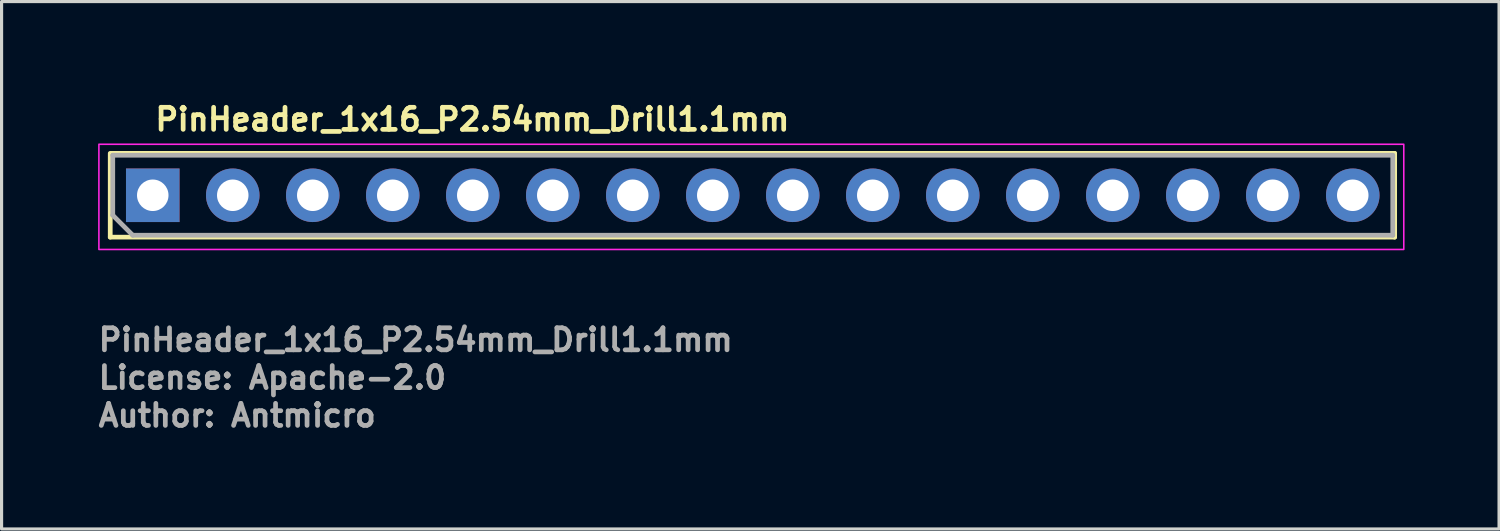
<source format=kicad_pcb>
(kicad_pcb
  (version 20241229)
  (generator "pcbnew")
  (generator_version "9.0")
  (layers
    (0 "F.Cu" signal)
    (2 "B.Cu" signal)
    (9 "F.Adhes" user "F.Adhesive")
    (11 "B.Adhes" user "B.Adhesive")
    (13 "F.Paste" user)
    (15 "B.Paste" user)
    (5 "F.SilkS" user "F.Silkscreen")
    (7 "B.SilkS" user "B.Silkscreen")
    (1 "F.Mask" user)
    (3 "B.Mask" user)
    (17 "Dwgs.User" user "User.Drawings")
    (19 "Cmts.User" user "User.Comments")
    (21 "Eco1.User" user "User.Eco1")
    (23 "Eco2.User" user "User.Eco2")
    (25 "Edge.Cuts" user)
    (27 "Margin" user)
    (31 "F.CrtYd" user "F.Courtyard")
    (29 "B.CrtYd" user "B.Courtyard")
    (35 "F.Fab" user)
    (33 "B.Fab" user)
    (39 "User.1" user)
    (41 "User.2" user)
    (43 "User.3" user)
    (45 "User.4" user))
  (footprint "PinHeader_1x16_P2.54mm_Drill1.1mm"
    (layer "F.Cu")
    (at 1.8 3.15)
    (property "Reference" "PinHeader_1x16_P2.54mm_Drill1.1mm" (at 0 -2 0) (unlocked yes) (layer "F.SilkS") (effects (font (size 0.7 0.7) (thickness 0.15)) (justify left bottom)))
    (attr through_hole)
    (fp_line (start -1.35 -1.331) (end 39.43 -1.331) (stroke (width 0.15) (type solid)) (layer "F.SilkS"))
    (fp_line (start -1.35 1.329) (end -1.35 -1.3) (stroke (width 0.15) (type solid)) (layer "F.SilkS"))
    (fp_line (start -1.35 1.329) (end 39.43 1.329) (stroke (width 0.15) (type solid)) (layer "F.SilkS"))
    (fp_line (start 39.43 1.329) (end 39.43 -1.331) (stroke (width 0.15) (type solid)) (layer "F.SilkS"))
    (fp_rect (start -1.71 -1.62) (end 39.72 1.72) (stroke (width 0.05) (type solid)) (fill no) (layer "F.CrtYd"))
    (fp_line (start -1.27 -1.271) (end 39.37 -1.271) (stroke (width 0.15) (type solid)) (layer "F.Fab"))
    (fp_line (start -1.27 0.634) (end -1.27 -1.271) (stroke (width 0.15) (type solid)) (layer "F.Fab"))
    (fp_line (start -0.635 1.269) (end -1.27 0.634) (stroke (width 0.15) (type solid)) (layer "F.Fab"))
    (fp_line (start 39.37 -1.271) (end 39.37 1.269) (stroke (width 0.15) (type solid)) (layer "F.Fab"))
    (fp_line (start 39.37 1.269) (end -0.635 1.269) (stroke (width 0.15) (type solid)) (layer "F.Fab"))
    (fp_rect (start -1.315 -1.22) (end 39.325 1.32) (stroke (width 0.1) (type solid)) (fill no) (layer "User.5"))
    (fp_line (start -1.315 0.82) (end -1.315 -0.72) (stroke (width 0.02) (type solid)) (layer "User.9"))
    (fp_line (start -1.315 0.82) (end -1.065 1.32) (stroke (width 0.02) (type solid)) (layer "User.9"))
    (fp_line (start -1.065 -1.22) (end -1.315 -0.72) (stroke (width 0.02) (type solid)) (layer "User.9"))
    (fp_line (start -0.365 -0.27) (end -0.165 -0.07) (stroke (width 0.02) (type solid)) (layer "User.9"))
    (fp_line (start -0.365 -0.27) (end 0.275 -0.27) (stroke (width 0.02) (type solid)) (layer "User.9"))
    (fp_line (start -0.365 0.37) (end -0.365 -0.27) (stroke (width 0.02) (type solid)) (layer "User.9"))
    (fp_line (start -0.165 -0.07) (end -0.165 0.17) (stroke (width 0.02) (type solid)) (layer "User.9"))
    (fp_line (start -0.165 0.17) (end -0.365 0.37) (stroke (width 0.02) (type solid)) (layer "User.9"))
    (fp_line (start -0.165 0.17) (end 0.075 0.17) (stroke (width 0.02) (type solid)) (layer "User.9"))
    (fp_line (start 0.075 -0.07) (end -0.165 -0.07) (stroke (width 0.02) (type solid)) (layer "User.9"))
    (fp_line (start 0.075 -0.07) (end 0.275 -0.27) (stroke (width 0.02) (type solid)) (layer "User.9"))
    (fp_line (start 0.075 0.17) (end 0.075 -0.07) (stroke (width 0.02) (type solid)) (layer "User.9"))
    (fp_line (start 0.075 0.17) (end 0.275 0.37) (stroke (width 0.02) (type solid)) (layer "User.9"))
    (fp_line (start 0.275 -0.27) (end 0.275 0.37) (stroke (width 0.02) (type solid)) (layer "User.9"))
    (fp_line (start 0.275 0.37) (end -0.365 0.37) (stroke (width 0.02) (type solid)) (layer "User.9"))
    (fp_line (start 0.975 -1.22) (end -1.065 -1.22) (stroke (width 0.02) (type solid)) (layer "User.9"))
    (fp_line (start 0.975 1.32) (end -1.065 1.32) (stroke (width 0.02) (type solid)) (layer "User.9"))
    (fp_line (start 0.975 1.32) (end 1.225 0.82) (stroke (width 0.02) (type solid)) (layer "User.9"))
    (fp_line (start 1.225 -0.72) (end 0.975 -1.22) (stroke (width 0.02) (type solid)) (layer "User.9"))
    (fp_line (start 1.225 0.82) (end 1.475 1.32) (stroke (width 0.02) (type solid)) (layer "User.9"))
    (fp_line (start 1.475 -1.22) (end 1.225 -0.72) (stroke (width 0.02) (type solid)) (layer "User.9"))
    (fp_line (start 2.175 -0.27) (end 2.375 -0.07) (stroke (width 0.02) (type solid)) (layer "User.9"))
    (fp_line (start 2.175 -0.27) (end 2.815 -0.27) (stroke (width 0.02) (type solid)) (layer "User.9"))
    (fp_line (start 2.175 0.37) (end 2.175 -0.27) (stroke (width 0.02) (type solid)) (layer "User.9"))
    (fp_line (start 2.375 -0.07) (end 2.375 0.17) (stroke (width 0.02) (type solid)) (layer "User.9"))
    (fp_line (start 2.375 0.17) (end 2.175 0.37) (stroke (width 0.02) (type solid)) (layer "User.9"))
    (fp_line (start 2.375 0.17) (end 2.615 0.17) (stroke (width 0.02) (type solid)) (layer "User.9"))
    (fp_line (start 2.615 -0.07) (end 2.375 -0.07) (stroke (width 0.02) (type solid)) (layer "User.9"))
    (fp_line (start 2.615 -0.07) (end 2.815 -0.27) (stroke (width 0.02) (type solid)) (layer "User.9"))
    (fp_line (start 2.615 0.17) (end 2.615 -0.07) (stroke (width 0.02) (type solid)) (layer "User.9"))
    (fp_line (start 2.615 0.17) (end 2.815 0.37) (stroke (width 0.02) (type solid)) (layer "User.9"))
    (fp_line (start 2.815 -0.27) (end 2.815 0.37) (stroke (width 0.02) (type solid)) (layer "User.9"))
    (fp_line (start 2.815 0.37) (end 2.175 0.37) (stroke (width 0.02) (type solid)) (layer "User.9"))
    (fp_line (start 3.515 -1.22) (end 1.475 -1.22) (stroke (width 0.02) (type solid)) (layer "User.9"))
    (fp_line (start 3.515 1.32) (end 1.475 1.32) (stroke (width 0.02) (type solid)) (layer "User.9"))
    (fp_line (start 3.515 1.32) (end 3.765 0.82) (stroke (width 0.02) (type solid)) (layer "User.9"))
    (fp_line (start 3.765 -0.72) (end 3.515 -1.22) (stroke (width 0.02) (type solid)) (layer "User.9"))
    (fp_line (start 3.765 0.82) (end 4.015 1.32) (stroke (width 0.02) (type solid)) (layer "User.9"))
    (fp_line (start 4.015 -1.22) (end 3.765 -0.72) (stroke (width 0.02) (type solid)) (layer "User.9"))
    (fp_line (start 4.715 -0.27) (end 4.915 -0.07) (stroke (width 0.02) (type solid)) (layer "User.9"))
    (fp_line (start 4.715 -0.27) (end 5.355 -0.27) (stroke (width 0.02) (type solid)) (layer "User.9"))
    (fp_line (start 4.715 0.37) (end 4.715 -0.27) (stroke (width 0.02) (type solid)) (layer "User.9"))
    (fp_line (start 4.915 -0.07) (end 4.915 0.17) (stroke (width 0.02) (type solid)) (layer "User.9"))
    (fp_line (start 4.915 0.17) (end 4.715 0.37) (stroke (width 0.02) (type solid)) (layer "User.9"))
    (fp_line (start 4.915 0.17) (end 5.155 0.17) (stroke (width 0.02) (type solid)) (layer "User.9"))
    (fp_line (start 5.155 -0.07) (end 4.915 -0.07) (stroke (width 0.02) (type solid)) (layer "User.9"))
    (fp_line (start 5.155 -0.07) (end 5.355 -0.27) (stroke (width 0.02) (type solid)) (layer "User.9"))
    (fp_line (start 5.155 0.17) (end 5.155 -0.07) (stroke (width 0.02) (type solid)) (layer "User.9"))
    (fp_line (start 5.155 0.17) (end 5.355 0.37) (stroke (width 0.02) (type solid)) (layer "User.9"))
    (fp_line (start 5.355 -0.27) (end 5.355 0.37) (stroke (width 0.02) (type solid)) (layer "User.9"))
    (fp_line (start 5.355 0.37) (end 4.715 0.37) (stroke (width 0.02) (type solid)) (layer "User.9"))
    (fp_line (start 6.055 -1.22) (end 4.015 -1.22) (stroke (width 0.02) (type solid)) (layer "User.9"))
    (fp_line (start 6.055 1.32) (end 4.015 1.32) (stroke (width 0.02) (type solid)) (layer "User.9"))
    (fp_line (start 6.055 1.32) (end 6.305 0.82) (stroke (width 0.02) (type solid)) (layer "User.9"))
    (fp_line (start 6.305 -0.72) (end 6.055 -1.22) (stroke (width 0.02) (type solid)) (layer "User.9"))
    (fp_line (start 6.305 0.82) (end 6.555 1.32) (stroke (width 0.02) (type solid)) (layer "User.9"))
    (fp_line (start 6.555 -1.22) (end 6.305 -0.72) (stroke (width 0.02) (type solid)) (layer "User.9"))
    (fp_line (start 7.255 -0.27) (end 7.455 -0.07) (stroke (width 0.02) (type solid)) (layer "User.9"))
    (fp_line (start 7.255 -0.27) (end 7.895 -0.27) (stroke (width 0.02) (type solid)) (layer "User.9"))
    (fp_line (start 7.255 0.37) (end 7.255 -0.27) (stroke (width 0.02) (type solid)) (layer "User.9"))
    (fp_line (start 7.455 -0.07) (end 7.455 0.17) (stroke (width 0.02) (type solid)) (layer "User.9"))
    (fp_line (start 7.455 0.17) (end 7.255 0.37) (stroke (width 0.02) (type solid)) (layer "User.9"))
    (fp_line (start 7.455 0.17) (end 7.695 0.17) (stroke (width 0.02) (type solid)) (layer "User.9"))
    (fp_line (start 7.695 -0.07) (end 7.455 -0.07) (stroke (width 0.02) (type solid)) (layer "User.9"))
    (fp_line (start 7.695 -0.07) (end 7.895 -0.27) (stroke (width 0.02) (type solid)) (layer "User.9"))
    (fp_line (start 7.695 0.17) (end 7.695 -0.07) (stroke (width 0.02) (type solid)) (layer "User.9"))
    (fp_line (start 7.695 0.17) (end 7.895 0.37) (stroke (width 0.02) (type solid)) (layer "User.9"))
    (fp_line (start 7.895 -0.27) (end 7.895 0.37) (stroke (width 0.02) (type solid)) (layer "User.9"))
    (fp_line (start 7.895 0.37) (end 7.255 0.37) (stroke (width 0.02) (type solid)) (layer "User.9"))
    (fp_line (start 8.595 -1.22) (end 6.555 -1.22) (stroke (width 0.02) (type solid)) (layer "User.9"))
    (fp_line (start 8.595 1.32) (end 6.555 1.32) (stroke (width 0.02) (type solid)) (layer "User.9"))
    (fp_line (start 8.595 1.32) (end 8.845 0.82) (stroke (width 0.02) (type solid)) (layer "User.9"))
    (fp_line (start 8.845 -0.72) (end 8.595 -1.22) (stroke (width 0.02) (type solid)) (layer "User.9"))
    (fp_line (start 8.845 0.82) (end 9.095 1.32) (stroke (width 0.02) (type solid)) (layer "User.9"))
    (fp_line (start 9.095 -1.22) (end 8.845 -0.72) (stroke (width 0.02) (type solid)) (layer "User.9"))
    (fp_line (start 9.795 -0.27) (end 9.995 -0.07) (stroke (width 0.02) (type solid)) (layer "User.9"))
    (fp_line (start 9.795 -0.27) (end 10.435 -0.27) (stroke (width 0.02) (type solid)) (layer "User.9"))
    (fp_line (start 9.795 0.37) (end 9.795 -0.27) (stroke (width 0.02) (type solid)) (layer "User.9"))
    (fp_line (start 9.995 -0.07) (end 9.995 0.17) (stroke (width 0.02) (type solid)) (layer "User.9"))
    (fp_line (start 9.995 0.17) (end 9.795 0.37) (stroke (width 0.02) (type solid)) (layer "User.9"))
    (fp_line (start 9.995 0.17) (end 10.235 0.17) (stroke (width 0.02) (type solid)) (layer "User.9"))
    (fp_line (start 10.235 -0.07) (end 9.995 -0.07) (stroke (width 0.02) (type solid)) (layer "User.9"))
    (fp_line (start 10.235 -0.07) (end 10.435 -0.27) (stroke (width 0.02) (type solid)) (layer "User.9"))
    (fp_line (start 10.235 0.17) (end 10.235 -0.07) (stroke (width 0.02) (type solid)) (layer "User.9"))
    (fp_line (start 10.235 0.17) (end 10.435 0.37) (stroke (width 0.02) (type solid)) (layer "User.9"))
    (fp_line (start 10.435 -0.27) (end 10.435 0.37) (stroke (width 0.02) (type solid)) (layer "User.9"))
    (fp_line (start 10.435 0.37) (end 9.795 0.37) (stroke (width 0.02) (type solid)) (layer "User.9"))
    (fp_line (start 11.135 -1.22) (end 9.095 -1.22) (stroke (width 0.02) (type solid)) (layer "User.9"))
    (fp_line (start 11.135 1.32) (end 9.095 1.32) (stroke (width 0.02) (type solid)) (layer "User.9"))
    (fp_line (start 11.135 1.32) (end 11.385 0.82) (stroke (width 0.02) (type solid)) (layer "User.9"))
    (fp_line (start 11.385 -0.72) (end 11.135 -1.22) (stroke (width 0.02) (type solid)) (layer "User.9"))
    (fp_line (start 11.385 0.82) (end 11.635 1.32) (stroke (width 0.02) (type solid)) (layer "User.9"))
    (fp_line (start 11.635 -1.22) (end 11.385 -0.72) (stroke (width 0.02) (type solid)) (layer "User.9"))
    (fp_line (start 12.335 -0.27) (end 12.535 -0.07) (stroke (width 0.02) (type solid)) (layer "User.9"))
    (fp_line (start 12.335 -0.27) (end 12.975 -0.27) (stroke (width 0.02) (type solid)) (layer "User.9"))
    (fp_line (start 12.335 0.37) (end 12.335 -0.27) (stroke (width 0.02) (type solid)) (layer "User.9"))
    (fp_line (start 12.535 -0.07) (end 12.535 0.17) (stroke (width 0.02) (type solid)) (layer "User.9"))
    (fp_line (start 12.535 0.17) (end 12.335 0.37) (stroke (width 0.02) (type solid)) (layer "User.9"))
    (fp_line (start 12.535 0.17) (end 12.775 0.17) (stroke (width 0.02) (type solid)) (layer "User.9"))
    (fp_line (start 12.775 -0.07) (end 12.535 -0.07) (stroke (width 0.02) (type solid)) (layer "User.9"))
    (fp_line (start 12.775 -0.07) (end 12.975 -0.27) (stroke (width 0.02) (type solid)) (layer "User.9"))
    (fp_line (start 12.775 0.17) (end 12.775 -0.07) (stroke (width 0.02) (type solid)) (layer "User.9"))
    (fp_line (start 12.775 0.17) (end 12.975 0.37) (stroke (width 0.02) (type solid)) (layer "User.9"))
    (fp_line (start 12.975 -0.27) (end 12.975 0.37) (stroke (width 0.02) (type solid)) (layer "User.9"))
    (fp_line (start 12.975 0.37) (end 12.335 0.37) (stroke (width 0.02) (type solid)) (layer "User.9"))
    (fp_line (start 13.675 -1.22) (end 11.635 -1.22) (stroke (width 0.02) (type solid)) (layer "User.9"))
    (fp_line (start 13.675 1.32) (end 11.635 1.32) (stroke (width 0.02) (type solid)) (layer "User.9"))
    (fp_line (start 13.675 1.32) (end 13.925 0.82) (stroke (width 0.02) (type solid)) (layer "User.9"))
    (fp_line (start 13.925 -0.72) (end 13.675 -1.22) (stroke (width 0.02) (type solid)) (layer "User.9"))
    (fp_line (start 13.925 0.82) (end 14.175 1.32) (stroke (width 0.02) (type solid)) (layer "User.9"))
    (fp_line (start 14.175 -1.22) (end 13.925 -0.72) (stroke (width 0.02) (type solid)) (layer "User.9"))
    (fp_line (start 14.875 -0.27) (end 15.075 -0.07) (stroke (width 0.02) (type solid)) (layer "User.9"))
    (fp_line (start 14.875 -0.27) (end 15.515 -0.27) (stroke (width 0.02) (type solid)) (layer "User.9"))
    (fp_line (start 14.875 0.37) (end 14.875 -0.27) (stroke (width 0.02) (type solid)) (layer "User.9"))
    (fp_line (start 15.075 -0.07) (end 15.075 0.17) (stroke (width 0.02) (type solid)) (layer "User.9"))
    (fp_line (start 15.075 0.17) (end 14.875 0.37) (stroke (width 0.02) (type solid)) (layer "User.9"))
    (fp_line (start 15.075 0.17) (end 15.315 0.17) (stroke (width 0.02) (type solid)) (layer "User.9"))
    (fp_line (start 15.315 -0.07) (end 15.075 -0.07) (stroke (width 0.02) (type solid)) (layer "User.9"))
    (fp_line (start 15.315 -0.07) (end 15.515 -0.27) (stroke (width 0.02) (type solid)) (layer "User.9"))
    (fp_line (start 15.315 0.17) (end 15.315 -0.07) (stroke (width 0.02) (type solid)) (layer "User.9"))
    (fp_line (start 15.315 0.17) (end 15.515 0.37) (stroke (width 0.02) (type solid)) (layer "User.9"))
    (fp_line (start 15.515 -0.27) (end 15.515 0.37) (stroke (width 0.02) (type solid)) (layer "User.9"))
    (fp_line (start 15.515 0.37) (end 14.875 0.37) (stroke (width 0.02) (type solid)) (layer "User.9"))
    (fp_line (start 16.215 -1.22) (end 14.175 -1.22) (stroke (width 0.02) (type solid)) (layer "User.9"))
    (fp_line (start 16.215 1.32) (end 14.175 1.32) (stroke (width 0.02) (type solid)) (layer "User.9"))
    (fp_line (start 16.215 1.32) (end 16.465 0.82) (stroke (width 0.02) (type solid)) (layer "User.9"))
    (fp_line (start 16.465 -0.72) (end 16.215 -1.22) (stroke (width 0.02) (type solid)) (layer "User.9"))
    (fp_line (start 16.465 0.82) (end 16.715 1.32) (stroke (width 0.02) (type solid)) (layer "User.9"))
    (fp_line (start 16.715 -1.22) (end 16.465 -0.72) (stroke (width 0.02) (type solid)) (layer "User.9"))
    (fp_line (start 17.415 -0.27) (end 17.615 -0.07) (stroke (width 0.02) (type solid)) (layer "User.9"))
    (fp_line (start 17.415 -0.27) (end 18.055 -0.27) (stroke (width 0.02) (type solid)) (layer "User.9"))
    (fp_line (start 17.415 0.37) (end 17.415 -0.27) (stroke (width 0.02) (type solid)) (layer "User.9"))
    (fp_line (start 17.615 -0.07) (end 17.615 0.17) (stroke (width 0.02) (type solid)) (layer "User.9"))
    (fp_line (start 17.615 0.17) (end 17.415 0.37) (stroke (width 0.02) (type solid)) (layer "User.9"))
    (fp_line (start 17.615 0.17) (end 17.855 0.17) (stroke (width 0.02) (type solid)) (layer "User.9"))
    (fp_line (start 17.855 -0.07) (end 17.615 -0.07) (stroke (width 0.02) (type solid)) (layer "User.9"))
    (fp_line (start 17.855 -0.07) (end 18.055 -0.27) (stroke (width 0.02) (type solid)) (layer "User.9"))
    (fp_line (start 17.855 0.17) (end 17.855 -0.07) (stroke (width 0.02) (type solid)) (layer "User.9"))
    (fp_line (start 17.855 0.17) (end 18.055 0.37) (stroke (width 0.02) (type solid)) (layer "User.9"))
    (fp_line (start 18.055 -0.27) (end 18.055 0.37) (stroke (width 0.02) (type solid)) (layer "User.9"))
    (fp_line (start 18.055 0.37) (end 17.415 0.37) (stroke (width 0.02) (type solid)) (layer "User.9"))
    (fp_line (start 18.755 -1.22) (end 16.715 -1.22) (stroke (width 0.02) (type solid)) (layer "User.9"))
    (fp_line (start 18.755 1.32) (end 16.715 1.32) (stroke (width 0.02) (type solid)) (layer "User.9"))
    (fp_line (start 18.755 1.32) (end 19.005 0.82) (stroke (width 0.02) (type solid)) (layer "User.9"))
    (fp_line (start 19.005 -0.72) (end 18.755 -1.22) (stroke (width 0.02) (type solid)) (layer "User.9"))
    (fp_line (start 19.005 0.82) (end 19.255 1.32) (stroke (width 0.02) (type solid)) (layer "User.9"))
    (fp_line (start 19.255 -1.22) (end 19.005 -0.72) (stroke (width 0.02) (type solid)) (layer "User.9"))
    (fp_line (start 19.955 -0.27) (end 20.155 -0.07) (stroke (width 0.02) (type solid)) (layer "User.9"))
    (fp_line (start 19.955 -0.27) (end 20.595 -0.27) (stroke (width 0.02) (type solid)) (layer "User.9"))
    (fp_line (start 19.955 0.37) (end 19.955 -0.27) (stroke (width 0.02) (type solid)) (layer "User.9"))
    (fp_line (start 20.155 -0.07) (end 20.155 0.17) (stroke (width 0.02) (type solid)) (layer "User.9"))
    (fp_line (start 20.155 0.17) (end 19.955 0.37) (stroke (width 0.02) (type solid)) (layer "User.9"))
    (fp_line (start 20.155 0.17) (end 20.395 0.17) (stroke (width 0.02) (type solid)) (layer "User.9"))
    (fp_line (start 20.395 -0.07) (end 20.155 -0.07) (stroke (width 0.02) (type solid)) (layer "User.9"))
    (fp_line (start 20.395 -0.07) (end 20.595 -0.27) (stroke (width 0.02) (type solid)) (layer "User.9"))
    (fp_line (start 20.395 0.17) (end 20.395 -0.07) (stroke (width 0.02) (type solid)) (layer "User.9"))
    (fp_line (start 20.395 0.17) (end 20.595 0.37) (stroke (width 0.02) (type solid)) (layer "User.9"))
    (fp_line (start 20.595 -0.27) (end 20.595 0.37) (stroke (width 0.02) (type solid)) (layer "User.9"))
    (fp_line (start 20.595 0.37) (end 19.955 0.37) (stroke (width 0.02) (type solid)) (layer "User.9"))
    (fp_line (start 21.295 -1.22) (end 19.255 -1.22) (stroke (width 0.02) (type solid)) (layer "User.9"))
    (fp_line (start 21.295 1.32) (end 19.255 1.32) (stroke (width 0.02) (type solid)) (layer "User.9"))
    (fp_line (start 21.295 1.32) (end 21.545 0.82) (stroke (width 0.02) (type solid)) (layer "User.9"))
    (fp_line (start 21.545 -0.72) (end 21.295 -1.22) (stroke (width 0.02) (type solid)) (layer "User.9"))
    (fp_line (start 21.545 0.82) (end 21.795 1.32) (stroke (width 0.02) (type solid)) (layer "User.9"))
    (fp_line (start 21.795 -1.22) (end 21.545 -0.72) (stroke (width 0.02) (type solid)) (layer "User.9"))
    (fp_line (start 22.495 -0.27) (end 22.695 -0.07) (stroke (width 0.02) (type solid)) (layer "User.9"))
    (fp_line (start 22.495 -0.27) (end 23.135 -0.27) (stroke (width 0.02) (type solid)) (layer "User.9"))
    (fp_line (start 22.495 0.37) (end 22.495 -0.27) (stroke (width 0.02) (type solid)) (layer "User.9"))
    (fp_line (start 22.695 -0.07) (end 22.695 0.17) (stroke (width 0.02) (type solid)) (layer "User.9"))
    (fp_line (start 22.695 0.17) (end 22.495 0.37) (stroke (width 0.02) (type solid)) (layer "User.9"))
    (fp_line (start 22.695 0.17) (end 22.935 0.17) (stroke (width 0.02) (type solid)) (layer "User.9"))
    (fp_line (start 22.935 -0.07) (end 22.695 -0.07) (stroke (width 0.02) (type solid)) (layer "User.9"))
    (fp_line (start 22.935 -0.07) (end 23.135 -0.27) (stroke (width 0.02) (type solid)) (layer "User.9"))
    (fp_line (start 22.935 0.17) (end 22.935 -0.07) (stroke (width 0.02) (type solid)) (layer "User.9"))
    (fp_line (start 22.935 0.17) (end 23.135 0.37) (stroke (width 0.02) (type solid)) (layer "User.9"))
    (fp_line (start 23.135 -0.27) (end 23.135 0.37) (stroke (width 0.02) (type solid)) (layer "User.9"))
    (fp_line (start 23.135 0.37) (end 22.495 0.37) (stroke (width 0.02) (type solid)) (layer "User.9"))
    (fp_line (start 23.835 -1.22) (end 21.795 -1.22) (stroke (width 0.02) (type solid)) (layer "User.9"))
    (fp_line (start 23.835 1.32) (end 21.795 1.32) (stroke (width 0.02) (type solid)) (layer "User.9"))
    (fp_line (start 23.835 1.32) (end 24.085 0.82) (stroke (width 0.02) (type solid)) (layer "User.9"))
    (fp_line (start 24.085 -0.72) (end 23.835 -1.22) (stroke (width 0.02) (type solid)) (layer "User.9"))
    (fp_line (start 24.085 0.82) (end 24.335 1.32) (stroke (width 0.02) (type solid)) (layer "User.9"))
    (fp_line (start 24.335 -1.22) (end 24.085 -0.72) (stroke (width 0.02) (type solid)) (layer "User.9"))
    (fp_line (start 25.035 -0.27) (end 25.235 -0.07) (stroke (width 0.02) (type solid)) (layer "User.9"))
    (fp_line (start 25.035 -0.27) (end 25.675 -0.27) (stroke (width 0.02) (type solid)) (layer "User.9"))
    (fp_line (start 25.035 0.37) (end 25.035 -0.27) (stroke (width 0.02) (type solid)) (layer "User.9"))
    (fp_line (start 25.235 -0.07) (end 25.235 0.17) (stroke (width 0.02) (type solid)) (layer "User.9"))
    (fp_line (start 25.235 0.17) (end 25.035 0.37) (stroke (width 0.02) (type solid)) (layer "User.9"))
    (fp_line (start 25.235 0.17) (end 25.475 0.17) (stroke (width 0.02) (type solid)) (layer "User.9"))
    (fp_line (start 25.475 -0.07) (end 25.235 -0.07) (stroke (width 0.02) (type solid)) (layer "User.9"))
    (fp_line (start 25.475 -0.07) (end 25.675 -0.27) (stroke (width 0.02) (type solid)) (layer "User.9"))
    (fp_line (start 25.475 0.17) (end 25.475 -0.07) (stroke (width 0.02) (type solid)) (layer "User.9"))
    (fp_line (start 25.475 0.17) (end 25.675 0.37) (stroke (width 0.02) (type solid)) (layer "User.9"))
    (fp_line (start 25.675 -0.27) (end 25.675 0.37) (stroke (width 0.02) (type solid)) (layer "User.9"))
    (fp_line (start 25.675 0.37) (end 25.035 0.37) (stroke (width 0.02) (type solid)) (layer "User.9"))
    (fp_line (start 26.375 -1.22) (end 24.335 -1.22) (stroke (width 0.02) (type solid)) (layer "User.9"))
    (fp_line (start 26.375 1.32) (end 24.335 1.32) (stroke (width 0.02) (type solid)) (layer "User.9"))
    (fp_line (start 26.375 1.32) (end 26.625 0.82) (stroke (width 0.02) (type solid)) (layer "User.9"))
    (fp_line (start 26.625 -0.72) (end 26.375 -1.22) (stroke (width 0.02) (type solid)) (layer "User.9"))
    (fp_line (start 26.625 0.82) (end 26.875 1.32) (stroke (width 0.02) (type solid)) (layer "User.9"))
    (fp_line (start 26.875 -1.22) (end 26.625 -0.72) (stroke (width 0.02) (type solid)) (layer "User.9"))
    (fp_line (start 27.575 -0.27) (end 27.775 -0.07) (stroke (width 0.02) (type solid)) (layer "User.9"))
    (fp_line (start 27.575 -0.27) (end 28.215 -0.27) (stroke (width 0.02) (type solid)) (layer "User.9"))
    (fp_line (start 27.575 0.37) (end 27.575 -0.27) (stroke (width 0.02) (type solid)) (layer "User.9"))
    (fp_line (start 27.775 -0.07) (end 27.775 0.17) (stroke (width 0.02) (type solid)) (layer "User.9"))
    (fp_line (start 27.775 0.17) (end 27.575 0.37) (stroke (width 0.02) (type solid)) (layer "User.9"))
    (fp_line (start 27.775 0.17) (end 28.015 0.17) (stroke (width 0.02) (type solid)) (layer "User.9"))
    (fp_line (start 28.015 -0.07) (end 27.775 -0.07) (stroke (width 0.02) (type solid)) (layer "User.9"))
    (fp_line (start 28.015 -0.07) (end 28.215 -0.27) (stroke (width 0.02) (type solid)) (layer "User.9"))
    (fp_line (start 28.015 0.17) (end 28.015 -0.07) (stroke (width 0.02) (type solid)) (layer "User.9"))
    (fp_line (start 28.015 0.17) (end 28.215 0.37) (stroke (width 0.02) (type solid)) (layer "User.9"))
    (fp_line (start 28.215 -0.27) (end 28.215 0.37) (stroke (width 0.02) (type solid)) (layer "User.9"))
    (fp_line (start 28.215 0.37) (end 27.575 0.37) (stroke (width 0.02) (type solid)) (layer "User.9"))
    (fp_line (start 28.915 -1.22) (end 26.875 -1.22) (stroke (width 0.02) (type solid)) (layer "User.9"))
    (fp_line (start 28.915 1.32) (end 26.875 1.32) (stroke (width 0.02) (type solid)) (layer "User.9"))
    (fp_line (start 28.915 1.32) (end 29.165 0.82) (stroke (width 0.02) (type solid)) (layer "User.9"))
    (fp_line (start 29.165 -0.72) (end 28.915 -1.22) (stroke (width 0.02) (type solid)) (layer "User.9"))
    (fp_line (start 29.165 0.82) (end 29.415 1.32) (stroke (width 0.02) (type solid)) (layer "User.9"))
    (fp_line (start 29.415 -1.22) (end 29.165 -0.72) (stroke (width 0.02) (type solid)) (layer "User.9"))
    (fp_line (start 30.115 -0.27) (end 30.315 -0.07) (stroke (width 0.02) (type solid)) (layer "User.9"))
    (fp_line (start 30.115 -0.27) (end 30.755 -0.27) (stroke (width 0.02) (type solid)) (layer "User.9"))
    (fp_line (start 30.115 0.37) (end 30.115 -0.27) (stroke (width 0.02) (type solid)) (layer "User.9"))
    (fp_line (start 30.315 -0.07) (end 30.315 0.17) (stroke (width 0.02) (type solid)) (layer "User.9"))
    (fp_line (start 30.315 0.17) (end 30.115 0.37) (stroke (width 0.02) (type solid)) (layer "User.9"))
    (fp_line (start 30.315 0.17) (end 30.555 0.17) (stroke (width 0.02) (type solid)) (layer "User.9"))
    (fp_line (start 30.555 -0.07) (end 30.315 -0.07) (stroke (width 0.02) (type solid)) (layer "User.9"))
    (fp_line (start 30.555 -0.07) (end 30.755 -0.27) (stroke (width 0.02) (type solid)) (layer "User.9"))
    (fp_line (start 30.555 0.17) (end 30.555 -0.07) (stroke (width 0.02) (type solid)) (layer "User.9"))
    (fp_line (start 30.555 0.17) (end 30.755 0.37) (stroke (width 0.02) (type solid)) (layer "User.9"))
    (fp_line (start 30.755 -0.27) (end 30.755 0.37) (stroke (width 0.02) (type solid)) (layer "User.9"))
    (fp_line (start 30.755 0.37) (end 30.115 0.37) (stroke (width 0.02) (type solid)) (layer "User.9"))
    (fp_line (start 31.455 -1.22) (end 29.415 -1.22) (stroke (width 0.02) (type solid)) (layer "User.9"))
    (fp_line (start 31.455 1.32) (end 29.415 1.32) (stroke (width 0.02) (type solid)) (layer "User.9"))
    (fp_line (start 31.455 1.32) (end 31.705 0.82) (stroke (width 0.02) (type solid)) (layer "User.9"))
    (fp_line (start 31.705 -0.72) (end 31.455 -1.22) (stroke (width 0.02) (type solid)) (layer "User.9"))
    (fp_line (start 31.705 0.82) (end 31.955 1.32) (stroke (width 0.02) (type solid)) (layer "User.9"))
    (fp_line (start 31.955 -1.22) (end 31.705 -0.72) (stroke (width 0.02) (type solid)) (layer "User.9"))
    (fp_line (start 32.655 -0.27) (end 32.855 -0.07) (stroke (width 0.02) (type solid)) (layer "User.9"))
    (fp_line (start 32.655 -0.27) (end 33.295 -0.27) (stroke (width 0.02) (type solid)) (layer "User.9"))
    (fp_line (start 32.655 0.37) (end 32.655 -0.27) (stroke (width 0.02) (type solid)) (layer "User.9"))
    (fp_line (start 32.855 -0.07) (end 32.855 0.17) (stroke (width 0.02) (type solid)) (layer "User.9"))
    (fp_line (start 32.855 0.17) (end 32.655 0.37) (stroke (width 0.02) (type solid)) (layer "User.9"))
    (fp_line (start 32.855 0.17) (end 33.095 0.17) (stroke (width 0.02) (type solid)) (layer "User.9"))
    (fp_line (start 33.095 -0.07) (end 32.855 -0.07) (stroke (width 0.02) (type solid)) (layer "User.9"))
    (fp_line (start 33.095 -0.07) (end 33.295 -0.27) (stroke (width 0.02) (type solid)) (layer "User.9"))
    (fp_line (start 33.095 0.17) (end 33.095 -0.07) (stroke (width 0.02) (type solid)) (layer "User.9"))
    (fp_line (start 33.095 0.17) (end 33.295 0.37) (stroke (width 0.02) (type solid)) (layer "User.9"))
    (fp_line (start 33.295 -0.27) (end 33.295 0.37) (stroke (width 0.02) (type solid)) (layer "User.9"))
    (fp_line (start 33.295 0.37) (end 32.655 0.37) (stroke (width 0.02) (type solid)) (layer "User.9"))
    (fp_line (start 33.995 -1.22) (end 31.955 -1.22) (stroke (width 0.02) (type solid)) (layer "User.9"))
    (fp_line (start 33.995 1.32) (end 31.955 1.32) (stroke (width 0.02) (type solid)) (layer "User.9"))
    (fp_line (start 33.995 1.32) (end 34.245 0.82) (stroke (width 0.02) (type solid)) (layer "User.9"))
    (fp_line (start 34.245 -0.72) (end 33.995 -1.22) (stroke (width 0.02) (type solid)) (layer "User.9"))
    (fp_line (start 34.245 0.82) (end 34.495 1.32) (stroke (width 0.02) (type solid)) (layer "User.9"))
    (fp_line (start 34.495 -1.22) (end 34.245 -0.72) (stroke (width 0.02) (type solid)) (layer "User.9"))
    (fp_line (start 35.195 -0.27) (end 35.395 -0.07) (stroke (width 0.02) (type solid)) (layer "User.9"))
    (fp_line (start 35.195 -0.27) (end 35.835 -0.27) (stroke (width 0.02) (type solid)) (layer "User.9"))
    (fp_line (start 35.195 0.37) (end 35.195 -0.27) (stroke (width 0.02) (type solid)) (layer "User.9"))
    (fp_line (start 35.395 -0.07) (end 35.395 0.17) (stroke (width 0.02) (type solid)) (layer "User.9"))
    (fp_line (start 35.395 0.17) (end 35.195 0.37) (stroke (width 0.02) (type solid)) (layer "User.9"))
    (fp_line (start 35.395 0.17) (end 35.635 0.17) (stroke (width 0.02) (type solid)) (layer "User.9"))
    (fp_line (start 35.635 -0.07) (end 35.395 -0.07) (stroke (width 0.02) (type solid)) (layer "User.9"))
    (fp_line (start 35.635 -0.07) (end 35.835 -0.27) (stroke (width 0.02) (type solid)) (layer "User.9"))
    (fp_line (start 35.635 0.17) (end 35.635 -0.07) (stroke (width 0.02) (type solid)) (layer "User.9"))
    (fp_line (start 35.635 0.17) (end 35.835 0.37) (stroke (width 0.02) (type solid)) (layer "User.9"))
    (fp_line (start 35.835 -0.27) (end 35.835 0.37) (stroke (width 0.02) (type solid)) (layer "User.9"))
    (fp_line (start 35.835 0.37) (end 35.195 0.37) (stroke (width 0.02) (type solid)) (layer "User.9"))
    (fp_line (start 36.535 -1.22) (end 34.495 -1.22) (stroke (width 0.02) (type solid)) (layer "User.9"))
    (fp_line (start 36.535 1.32) (end 34.495 1.32) (stroke (width 0.02) (type solid)) (layer "User.9"))
    (fp_line (start 36.535 1.32) (end 36.785 0.82) (stroke (width 0.02) (type solid)) (layer "User.9"))
    (fp_line (start 36.785 -0.72) (end 36.535 -1.22) (stroke (width 0.02) (type solid)) (layer "User.9"))
    (fp_line (start 36.785 0.82) (end 37.035 1.32) (stroke (width 0.02) (type solid)) (layer "User.9"))
    (fp_line (start 37.035 -1.22) (end 36.785 -0.72) (stroke (width 0.02) (type solid)) (layer "User.9"))
    (fp_line (start 37.735 -0.27) (end 37.935 -0.07) (stroke (width 0.02) (type solid)) (layer "User.9"))
    (fp_line (start 37.735 -0.27) (end 38.375 -0.27) (stroke (width 0.02) (type solid)) (layer "User.9"))
    (fp_line (start 37.735 0.37) (end 37.735 -0.27) (stroke (width 0.02) (type solid)) (layer "User.9"))
    (fp_line (start 37.935 -0.07) (end 37.935 0.17) (stroke (width 0.02) (type solid)) (layer "User.9"))
    (fp_line (start 37.935 0.17) (end 37.735 0.37) (stroke (width 0.02) (type solid)) (layer "User.9"))
    (fp_line (start 37.935 0.17) (end 38.175 0.17) (stroke (width 0.02) (type solid)) (layer "User.9"))
    (fp_line (start 38.175 -0.07) (end 37.935 -0.07) (stroke (width 0.02) (type solid)) (layer "User.9"))
    (fp_line (start 38.175 -0.07) (end 38.375 -0.27) (stroke (width 0.02) (type solid)) (layer "User.9"))
    (fp_line (start 38.175 0.17) (end 38.175 -0.07) (stroke (width 0.02) (type solid)) (layer "User.9"))
    (fp_line (start 38.175 0.17) (end 38.375 0.37) (stroke (width 0.02) (type solid)) (layer "User.9"))
    (fp_line (start 38.375 -0.27) (end 38.375 0.37) (stroke (width 0.02) (type solid)) (layer "User.9"))
    (fp_line (start 38.375 0.37) (end 37.735 0.37) (stroke (width 0.02) (type solid)) (layer "User.9"))
    (fp_line (start 39.075 -1.22) (end 37.035 -1.22) (stroke (width 0.02) (type solid)) (layer "User.9"))
    (fp_line (start 39.075 1.32) (end 37.035 1.32) (stroke (width 0.02) (type solid)) (layer "User.9"))
    (fp_line (start 39.075 1.32) (end 39.325 0.82) (stroke (width 0.02) (type solid)) (layer "User.9"))
    (fp_line (start 39.325 -0.72) (end 39.075 -1.22) (stroke (width 0.02) (type solid)) (layer "User.9"))
    (fp_line (start 39.325 0.82) (end 39.325 -0.72) (stroke (width 0.02) (type solid)) (layer "User.9"))
    (fp_text user "Author: Antmicro" (at -1.8 7.4 0) (layer "F.Fab") (effects (font (size 0.7 0.7) (thickness 0.15)) (justify left bottom)))
    (fp_text user "${REFERENCE}" (at -1.8 5 0) (layer "F.Fab") (effects (font (size 0.7 0.7) (thickness 0.15)) (justify left bottom)))
    (fp_text user "License: Apache-2.0" (at -1.8 6.2 0) (layer "F.Fab") (effects (font (size 0.7 0.7) (thickness 0.15)) (justify left bottom)))
    (pad "1" thru_hole rect (at 0 0 90) (size 1.7 1.7) (drill 1) (layers "*.Cu" "*.Mask"))
    (pad "2" thru_hole oval (at 2.54 0 90) (size 1.7 1.7) (drill 1) (layers "*.Cu" "*.Mask"))
    (pad "3" thru_hole oval (at 5.08 0 90) (size 1.7 1.7) (drill 1) (layers "*.Cu" "*.Mask"))
    (pad "4" thru_hole oval (at 7.62 0 90) (size 1.7 1.7) (drill 1) (layers "*.Cu" "*.Mask"))
    (pad "5" thru_hole oval (at 10.16 0 90) (size 1.7 1.7) (drill 1) (layers "*.Cu" "*.Mask"))
    (pad "6" thru_hole oval (at 12.7 0 90) (size 1.7 1.7) (drill 1) (layers "*.Cu" "*.Mask"))
    (pad "7" thru_hole oval (at 15.24 0 90) (size 1.7 1.7) (drill 1) (layers "*.Cu" "*.Mask"))
    (pad "8" thru_hole oval (at 17.78 0 90) (size 1.7 1.7) (drill 1) (layers "*.Cu" "*.Mask"))
    (pad "9" thru_hole oval (at 20.32 0 90) (size 1.7 1.7) (drill 1) (layers "*.Cu" "*.Mask"))
    (pad "10" thru_hole oval (at 22.86 0 90) (size 1.7 1.7) (drill 1) (layers "*.Cu" "*.Mask"))
    (pad "11" thru_hole oval (at 25.4 0 90) (size 1.7 1.7) (drill 1) (layers "*.Cu" "*.Mask"))
    (pad "12" thru_hole oval (at 27.94 0 90) (size 1.7 1.7) (drill 1) (layers "*.Cu" "*.Mask"))
    (pad "13" thru_hole oval (at 30.48 0 90) (size 1.7 1.7) (drill 1) (layers "*.Cu" "*.Mask"))
    (pad "14" thru_hole oval (at 33.02 0 90) (size 1.7 1.7) (drill 1) (layers "*.Cu" "*.Mask"))
    (pad "15" thru_hole oval (at 35.56 0 90) (size 1.7 1.7) (drill 1) (layers "*.Cu" "*.Mask"))
    (pad "16" thru_hole oval (at 38.1 0 90) (size 1.7 1.7) (drill 1) (layers "*.Cu" "*.Mask")))
  (gr_rect
    (start -3 -3)
    (end 44.545 13.745)
    (stroke (width 0.1) (type default))
    (fill no)
    (layer "Edge.Cuts")))
</source>
